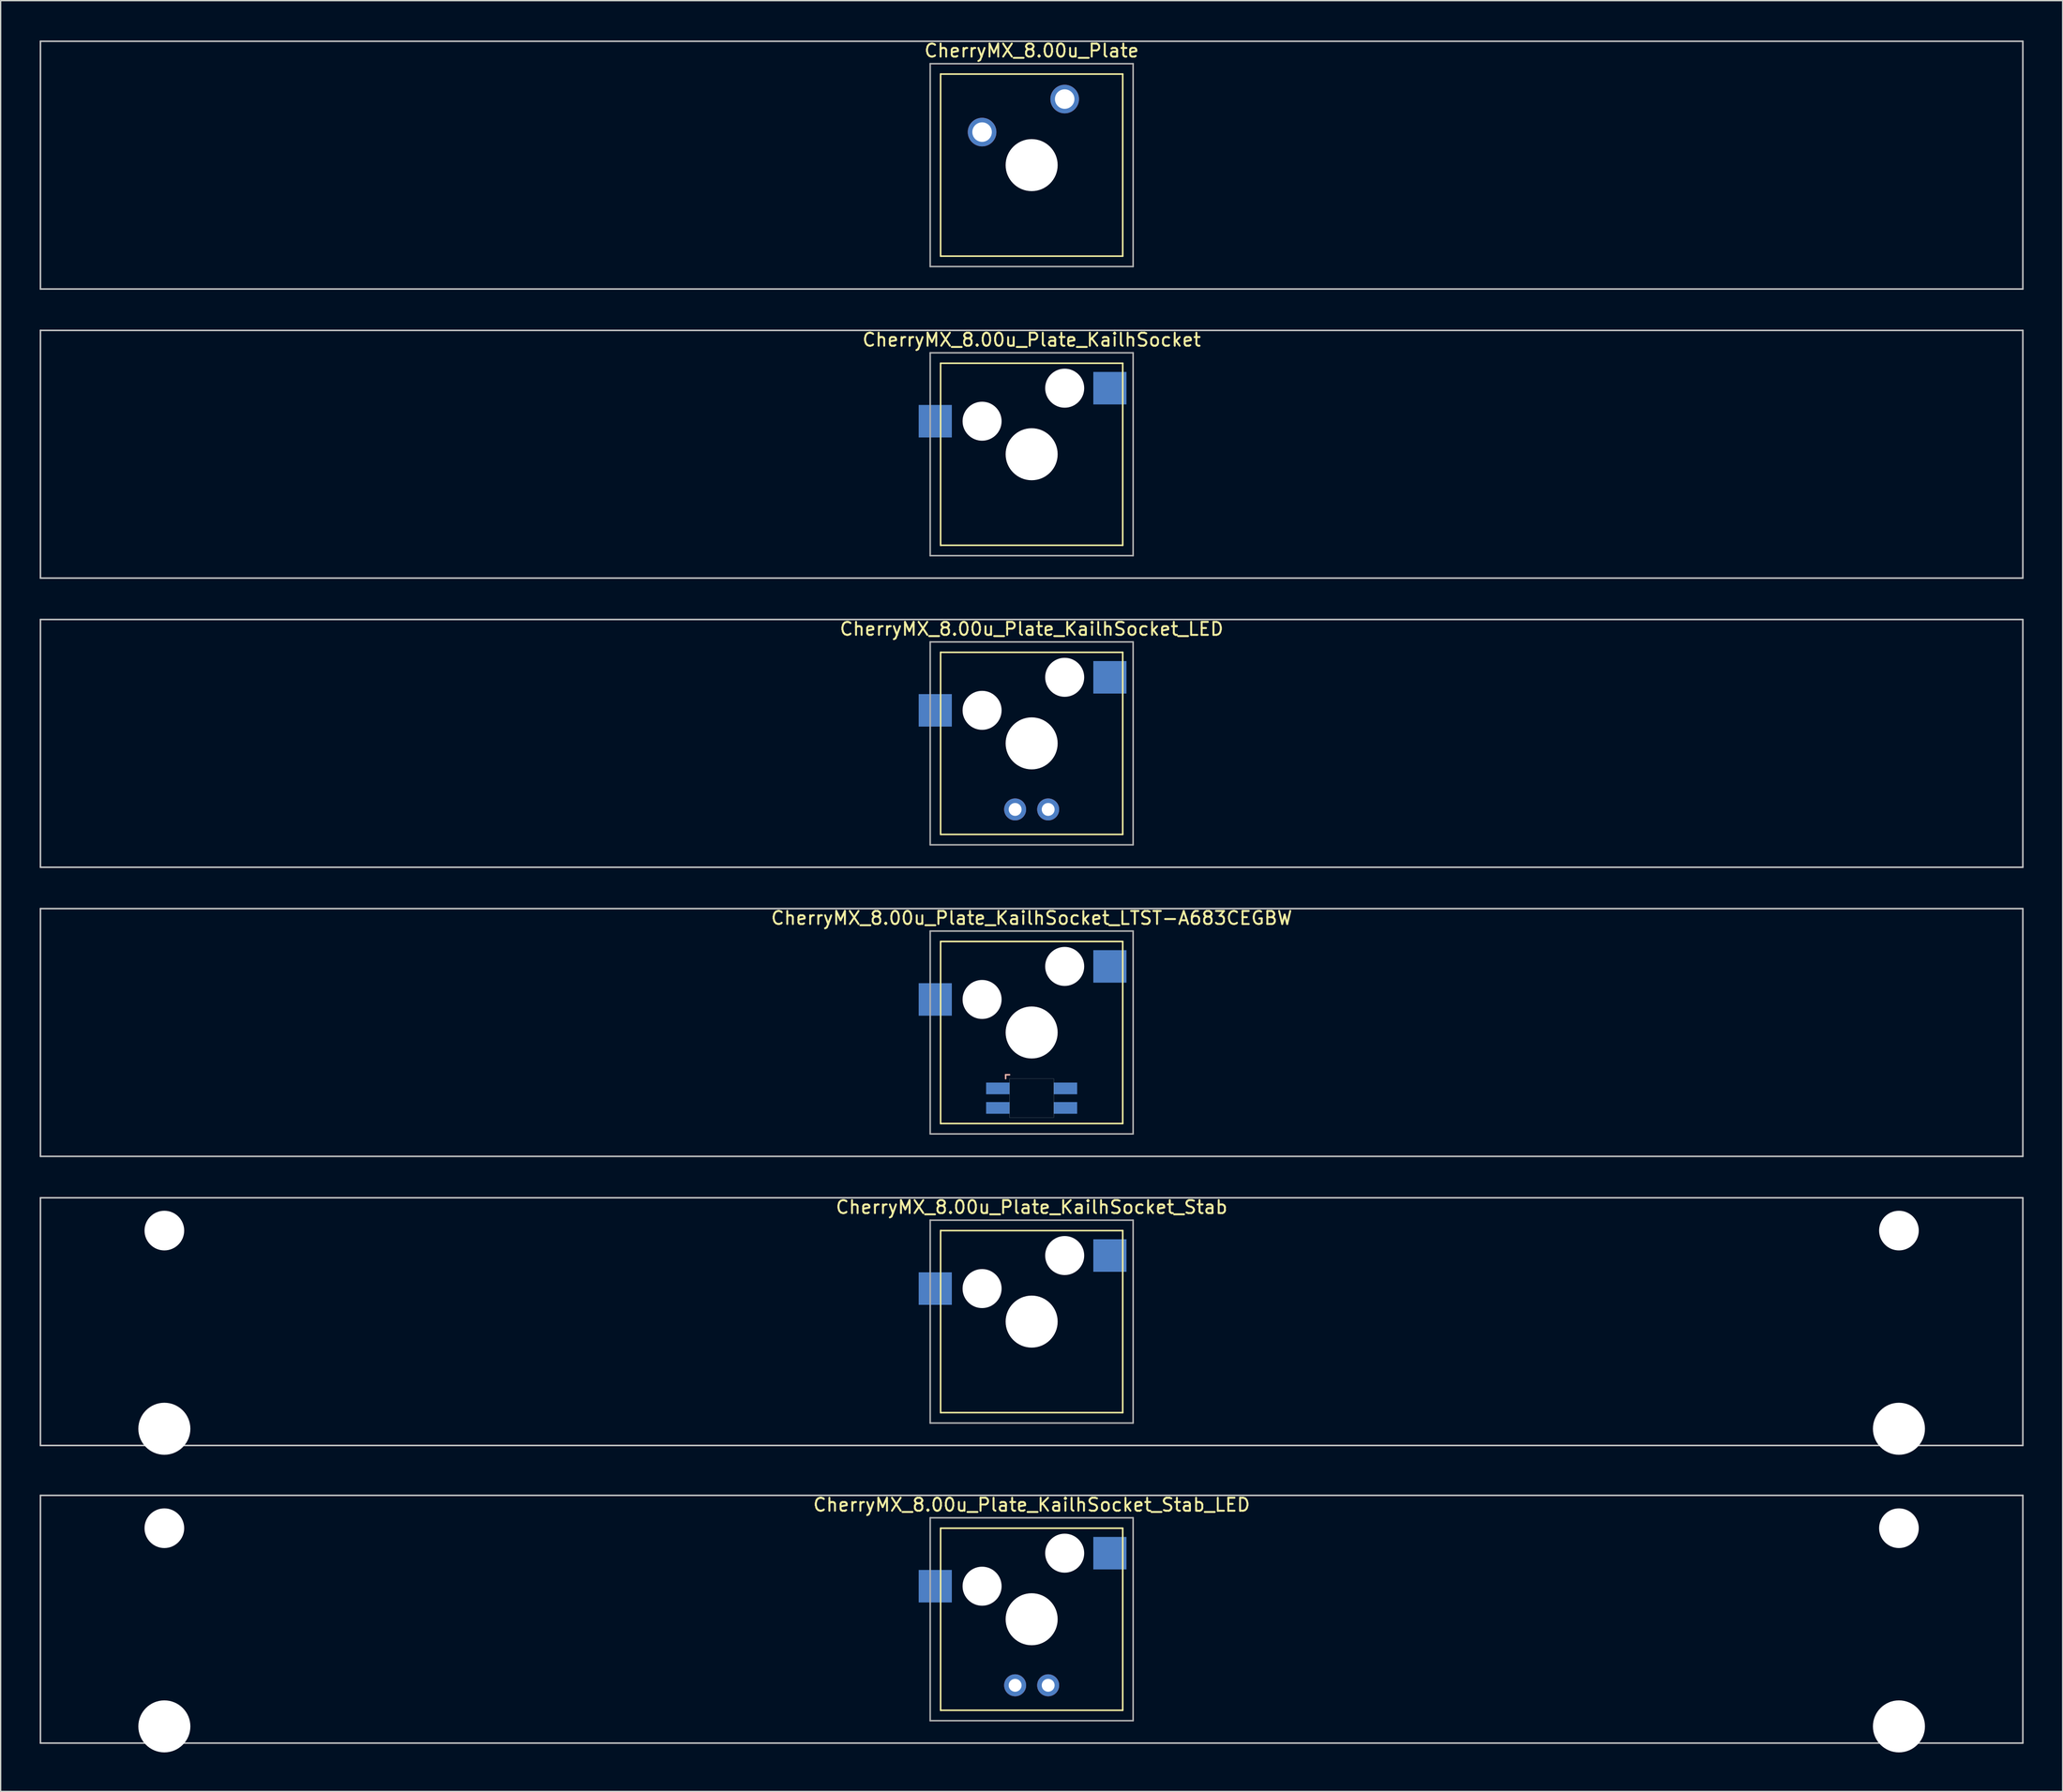
<source format=kicad_pcb>
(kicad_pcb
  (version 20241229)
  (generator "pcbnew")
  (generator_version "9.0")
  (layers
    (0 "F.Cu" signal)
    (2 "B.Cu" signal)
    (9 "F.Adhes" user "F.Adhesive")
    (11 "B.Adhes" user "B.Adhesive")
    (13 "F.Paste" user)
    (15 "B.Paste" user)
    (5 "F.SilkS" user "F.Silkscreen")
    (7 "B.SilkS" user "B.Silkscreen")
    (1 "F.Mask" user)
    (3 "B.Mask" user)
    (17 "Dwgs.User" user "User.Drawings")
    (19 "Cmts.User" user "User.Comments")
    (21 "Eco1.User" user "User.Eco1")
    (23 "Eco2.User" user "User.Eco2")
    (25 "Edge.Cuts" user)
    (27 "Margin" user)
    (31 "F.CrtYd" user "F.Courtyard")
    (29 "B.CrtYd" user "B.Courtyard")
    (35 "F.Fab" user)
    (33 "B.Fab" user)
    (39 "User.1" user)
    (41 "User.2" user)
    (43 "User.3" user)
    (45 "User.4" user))
  (footprint "CherryMX_8.00u_Plate_KailhSocket_Stab"
    (layer "F.Cu")
    (at 76.26 98.581)
    (property "Reference" "CherryMX_8.00u_Plate_KailhSocket_Stab" (at 0 -8.8 0) (layer "F.SilkS") (effects (font (size 1 1) (thickness 0.15))))
    (attr through_hole)
    (fp_line (start -7 -7) (end -7 7) (stroke (width 0.12) (type solid)) (layer "F.SilkS"))
    (fp_line (start -7 -7) (end 7 -7) (stroke (width 0.12) (type solid)) (layer "F.SilkS"))
    (fp_line (start 7 -7) (end 7 7) (stroke (width 0.12) (type solid)) (layer "F.SilkS"))
    (fp_line (start 7 7) (end -7 7) (stroke (width 0.12) (type solid)) (layer "F.SilkS"))
    (fp_line (start -76.2 -9.525) (end 76.2 -9.525) (stroke (width 0.12) (type solid)) (layer "Dwgs.User"))
    (fp_line (start -76.2 9.525) (end -76.2 -9.525) (stroke (width 0.12) (type solid)) (layer "Dwgs.User"))
    (fp_line (start 76.2 -9.525) (end 76.2 9.525) (stroke (width 0.12) (type solid)) (layer "Dwgs.User"))
    (fp_line (start 76.2 9.525) (end -76.2 9.525) (stroke (width 0.12) (type solid)) (layer "Dwgs.User"))
    (fp_line (start -7.8 -7.8) (end -7.8 7.8) (stroke (width 0.12) (type solid)) (layer "F.Fab"))
    (fp_line (start -7.8 -7.8) (end 7.8 -7.8) (stroke (width 0.12) (type solid)) (layer "F.Fab"))
    (fp_line (start -7.8 7.8) (end 7.8 7.8) (stroke (width 0.12) (type solid)) (layer "F.Fab"))
    (fp_line (start 7.8 -7.8) (end 7.8 7.8) (stroke (width 0.12) (type solid)) (layer "F.Fab"))
    (pad "" np_thru_hole circle (at -66.675 -7) (size 3.05 3.05) (drill 3.05) (layers "*.Cu" "*.Mask"))
    (pad "" np_thru_hole circle (at -66.675 8.24) (size 4 4) (drill 4) (layers "*.Cu" "*.Mask"))
    (pad "" np_thru_hole circle (at -3.81 -2.54) (size 3 3) (drill 3) (layers "*.Cu" "*.Mask"))
    (pad "" np_thru_hole circle (at 0 0) (size 4 4) (drill 4) (layers "*.Cu" "*.Mask"))
    (pad "" np_thru_hole circle (at 2.54 -5.08) (size 3 3) (drill 3) (layers "*.Cu" "*.Mask"))
    (pad "" np_thru_hole circle (at 66.675 -7) (size 3.05 3.05) (drill 3.05) (layers "*.Cu" "*.Mask"))
    (pad "" np_thru_hole circle (at 66.675 8.24) (size 4 4) (drill 4) (layers "*.Cu" "*.Mask"))
    (pad "1" smd rect (at -7.41 -2.54) (size 2.55 2.5) (layers "B.Cu" "B.Mask" "B.Paste"))
    (pad "2" smd rect (at 6.015 -5.08) (size 2.55 2.5) (layers "B.Cu" "B.Mask" "B.Paste")))
  (footprint "CherryMX_8.00u_Plate_KailhSocket"
    (layer "F.Cu")
    (at 76.26 31.881)
    (property "Reference" "CherryMX_8.00u_Plate_KailhSocket" (at 0 -8.8 0) (layer "F.SilkS") (effects (font (size 1 1) (thickness 0.15))))
    (attr through_hole)
    (fp_line (start -7 -7) (end -7 7) (stroke (width 0.12) (type solid)) (layer "F.SilkS"))
    (fp_line (start -7 -7) (end 7 -7) (stroke (width 0.12) (type solid)) (layer "F.SilkS"))
    (fp_line (start 7 -7) (end 7 7) (stroke (width 0.12) (type solid)) (layer "F.SilkS"))
    (fp_line (start 7 7) (end -7 7) (stroke (width 0.12) (type solid)) (layer "F.SilkS"))
    (fp_line (start -76.2 -9.525) (end 76.2 -9.525) (stroke (width 0.12) (type solid)) (layer "Dwgs.User"))
    (fp_line (start -76.2 9.525) (end -76.2 -9.525) (stroke (width 0.12) (type solid)) (layer "Dwgs.User"))
    (fp_line (start 76.2 -9.525) (end 76.2 9.525) (stroke (width 0.12) (type solid)) (layer "Dwgs.User"))
    (fp_line (start 76.2 9.525) (end -76.2 9.525) (stroke (width 0.12) (type solid)) (layer "Dwgs.User"))
    (fp_line (start -7.8 -7.8) (end -7.8 7.8) (stroke (width 0.12) (type solid)) (layer "F.Fab"))
    (fp_line (start -7.8 -7.8) (end 7.8 -7.8) (stroke (width 0.12) (type solid)) (layer "F.Fab"))
    (fp_line (start -7.8 7.8) (end 7.8 7.8) (stroke (width 0.12) (type solid)) (layer "F.Fab"))
    (fp_line (start 7.8 -7.8) (end 7.8 7.8) (stroke (width 0.12) (type solid)) (layer "F.Fab"))
    (pad "" np_thru_hole circle (at -3.81 -2.54) (size 3 3) (drill 3) (layers "*.Cu" "*.Mask"))
    (pad "" np_thru_hole circle (at 0 0) (size 4 4) (drill 4) (layers "*.Cu" "*.Mask"))
    (pad "" np_thru_hole circle (at 2.54 -5.08) (size 3 3) (drill 3) (layers "*.Cu" "*.Mask"))
    (pad "1" smd rect (at -7.41 -2.54) (size 2.55 2.5) (layers "B.Cu" "B.Mask" "B.Paste"))
    (pad "2" smd rect (at 6.015 -5.08) (size 2.55 2.5) (layers "B.Cu" "B.Mask" "B.Paste")))
  (footprint "CherryMX_8.00u_Plate_KailhSocket_Stab_LED"
    (layer "F.Cu")
    (at 76.26 121.469)
    (property "Reference" "CherryMX_8.00u_Plate_KailhSocket_Stab_LED" (at 0 -8.8 0) (layer "F.SilkS") (effects (font (size 1 1) (thickness 0.15))))
    (attr through_hole)
    (fp_line (start -7 -7) (end -7 7) (stroke (width 0.12) (type solid)) (layer "F.SilkS"))
    (fp_line (start -7 -7) (end 7 -7) (stroke (width 0.12) (type solid)) (layer "F.SilkS"))
    (fp_line (start 7 -7) (end 7 7) (stroke (width 0.12) (type solid)) (layer "F.SilkS"))
    (fp_line (start 7 7) (end -7 7) (stroke (width 0.12) (type solid)) (layer "F.SilkS"))
    (fp_line (start -76.2 -9.525) (end 76.2 -9.525) (stroke (width 0.12) (type solid)) (layer "Dwgs.User"))
    (fp_line (start -76.2 9.525) (end -76.2 -9.525) (stroke (width 0.12) (type solid)) (layer "Dwgs.User"))
    (fp_line (start 76.2 -9.525) (end 76.2 9.525) (stroke (width 0.12) (type solid)) (layer "Dwgs.User"))
    (fp_line (start 76.2 9.525) (end -76.2 9.525) (stroke (width 0.12) (type solid)) (layer "Dwgs.User"))
    (fp_line (start -7.8 -7.8) (end -7.8 7.8) (stroke (width 0.12) (type solid)) (layer "F.Fab"))
    (fp_line (start -7.8 -7.8) (end 7.8 -7.8) (stroke (width 0.12) (type solid)) (layer "F.Fab"))
    (fp_line (start -7.8 7.8) (end 7.8 7.8) (stroke (width 0.12) (type solid)) (layer "F.Fab"))
    (fp_line (start 7.8 -7.8) (end 7.8 7.8) (stroke (width 0.12) (type solid)) (layer "F.Fab"))
    (pad "" np_thru_hole circle (at -66.675 -7) (size 3.05 3.05) (drill 3.05) (layers "*.Cu" "*.Mask"))
    (pad "" np_thru_hole circle (at -66.675 8.24) (size 4 4) (drill 4) (layers "*.Cu" "*.Mask"))
    (pad "" np_thru_hole circle (at -3.81 -2.54) (size 3 3) (drill 3) (layers "*.Cu" "*.Mask"))
    (pad "" np_thru_hole circle (at 0 0) (size 4 4) (drill 4) (layers "*.Cu" "*.Mask"))
    (pad "" np_thru_hole circle (at 2.54 -5.08) (size 3 3) (drill 3) (layers "*.Cu" "*.Mask"))
    (pad "" np_thru_hole circle (at 66.675 -7) (size 3.05 3.05) (drill 3.05) (layers "*.Cu" "*.Mask"))
    (pad "" np_thru_hole circle (at 66.675 8.24) (size 4 4) (drill 4) (layers "*.Cu" "*.Mask"))
    (pad "1" smd rect (at -7.41 -2.54) (size 2.55 2.5) (layers "B.Cu" "B.Mask" "B.Paste"))
    (pad "2" smd rect (at 6.015 -5.08) (size 2.55 2.5) (layers "B.Cu" "B.Mask" "B.Paste"))
    (pad "3" thru_hole circle (at -1.27 5.08) (size 1.691 1.691) (drill 0.991) (layers "*.Cu" "*.Mask"))
    (pad "4" thru_hole circle (at 1.27 5.08) (size 1.691 1.691) (drill 0.991) (layers "*.Cu" "*.Mask")))
  (footprint "CherryMX_8.00u_Plate_KailhSocket_LED"
    (layer "F.Cu")
    (at 76.26 54.115)
    (property "Reference" "CherryMX_8.00u_Plate_KailhSocket_LED" (at 0 -8.8 0) (layer "F.SilkS") (effects (font (size 1 1) (thickness 0.15))))
    (attr through_hole)
    (fp_line (start -7 -7) (end -7 7) (stroke (width 0.12) (type solid)) (layer "F.SilkS"))
    (fp_line (start -7 -7) (end 7 -7) (stroke (width 0.12) (type solid)) (layer "F.SilkS"))
    (fp_line (start 7 -7) (end 7 7) (stroke (width 0.12) (type solid)) (layer "F.SilkS"))
    (fp_line (start 7 7) (end -7 7) (stroke (width 0.12) (type solid)) (layer "F.SilkS"))
    (fp_line (start -76.2 -9.525) (end 76.2 -9.525) (stroke (width 0.12) (type solid)) (layer "Dwgs.User"))
    (fp_line (start -76.2 9.525) (end -76.2 -9.525) (stroke (width 0.12) (type solid)) (layer "Dwgs.User"))
    (fp_line (start 76.2 -9.525) (end 76.2 9.525) (stroke (width 0.12) (type solid)) (layer "Dwgs.User"))
    (fp_line (start 76.2 9.525) (end -76.2 9.525) (stroke (width 0.12) (type solid)) (layer "Dwgs.User"))
    (fp_line (start -7.8 -7.8) (end -7.8 7.8) (stroke (width 0.12) (type solid)) (layer "F.Fab"))
    (fp_line (start -7.8 -7.8) (end 7.8 -7.8) (stroke (width 0.12) (type solid)) (layer "F.Fab"))
    (fp_line (start -7.8 7.8) (end 7.8 7.8) (stroke (width 0.12) (type solid)) (layer "F.Fab"))
    (fp_line (start 7.8 -7.8) (end 7.8 7.8) (stroke (width 0.12) (type solid)) (layer "F.Fab"))
    (pad "" np_thru_hole circle (at -3.81 -2.54) (size 3 3) (drill 3) (layers "*.Cu" "*.Mask"))
    (pad "" np_thru_hole circle (at 0 0) (size 4 4) (drill 4) (layers "*.Cu" "*.Mask"))
    (pad "" np_thru_hole circle (at 2.54 -5.08) (size 3 3) (drill 3) (layers "*.Cu" "*.Mask"))
    (pad "1" smd rect (at -7.41 -2.54) (size 2.55 2.5) (layers "B.Cu" "B.Mask" "B.Paste"))
    (pad "2" smd rect (at 6.015 -5.08) (size 2.55 2.5) (layers "B.Cu" "B.Mask" "B.Paste"))
    (pad "3" thru_hole circle (at -1.27 5.08) (size 1.691 1.691) (drill 0.991) (layers "*.Cu" "*.Mask"))
    (pad "4" thru_hole circle (at 1.27 5.08) (size 1.691 1.691) (drill 0.991) (layers "*.Cu" "*.Mask")))
  (footprint "CherryMX_8.00u_Plate"
    (layer "F.Cu")
    (at 76.26 9.648)
    (property "Reference" "CherryMX_8.00u_Plate" (at 0 -8.8 0) (layer "F.SilkS") (effects (font (size 1 1) (thickness 0.15))))
    (attr through_hole)
    (fp_line (start -7 -7) (end -7 7) (stroke (width 0.12) (type solid)) (layer "F.SilkS"))
    (fp_line (start -7 -7) (end 7 -7) (stroke (width 0.12) (type solid)) (layer "F.SilkS"))
    (fp_line (start 7 -7) (end 7 7) (stroke (width 0.12) (type solid)) (layer "F.SilkS"))
    (fp_line (start 7 7) (end -7 7) (stroke (width 0.12) (type solid)) (layer "F.SilkS"))
    (fp_line (start -76.2 -9.525) (end 76.2 -9.525) (stroke (width 0.12) (type solid)) (layer "Dwgs.User"))
    (fp_line (start -76.2 9.525) (end -76.2 -9.525) (stroke (width 0.12) (type solid)) (layer "Dwgs.User"))
    (fp_line (start 76.2 -9.525) (end 76.2 9.525) (stroke (width 0.12) (type solid)) (layer "Dwgs.User"))
    (fp_line (start 76.2 9.525) (end -76.2 9.525) (stroke (width 0.12) (type solid)) (layer "Dwgs.User"))
    (fp_line (start -7.8 -7.8) (end -7.8 7.8) (stroke (width 0.12) (type solid)) (layer "F.Fab"))
    (fp_line (start -7.8 -7.8) (end 7.8 -7.8) (stroke (width 0.12) (type solid)) (layer "F.Fab"))
    (fp_line (start -7.8 7.8) (end 7.8 7.8) (stroke (width 0.12) (type solid)) (layer "F.Fab"))
    (fp_line (start 7.8 -7.8) (end 7.8 7.8) (stroke (width 0.12) (type solid)) (layer "F.Fab"))
    (pad "" np_thru_hole circle (at 0 0) (size 4 4) (drill 4) (layers "*.Cu" "*.Mask"))
    (pad "1" thru_hole circle (at -3.81 -2.54) (size 2.2 2.2) (drill 1.5) (layers "*.Cu" "*.Mask"))
    (pad "2" thru_hole circle (at 2.54 -5.08) (size 2.2 2.2) (drill 1.5) (layers "*.Cu" "*.Mask")))
  (footprint "CherryMX_8.00u_Plate_KailhSocket_LTST-A683CEGBW"
    (layer "F.Cu")
    (at 76.26 76.348)
    (property "Reference" "CherryMX_8.00u_Plate_KailhSocket_LTST-A683CEGBW" (at 0 -8.8 0) (layer "F.SilkS") (effects (font (size 1 1) (thickness 0.15))))
    (attr through_hole)
    (fp_line (start -7 -7) (end -7 7) (stroke (width 0.12) (type solid)) (layer "F.SilkS"))
    (fp_line (start -7 -7) (end 7 -7) (stroke (width 0.12) (type solid)) (layer "F.SilkS"))
    (fp_line (start 7 -7) (end 7 7) (stroke (width 0.12) (type solid)) (layer "F.SilkS"))
    (fp_line (start 7 7) (end -7 7) (stroke (width 0.12) (type solid)) (layer "F.SilkS"))
    (fp_line (start -2 3.25) (end -2 3.55) (stroke (width 0.12) (type solid)) (layer "B.SilkS"))
    (fp_line (start -1.7 3.25) (end -2 3.25) (stroke (width 0.12) (type solid)) (layer "B.SilkS"))
    (fp_line (start -76.2 -9.525) (end 76.2 -9.525) (stroke (width 0.12) (type solid)) (layer "Dwgs.User"))
    (fp_line (start -76.2 9.525) (end -76.2 -9.525) (stroke (width 0.12) (type solid)) (layer "Dwgs.User"))
    (fp_line (start 76.2 -9.525) (end 76.2 9.525) (stroke (width 0.12) (type solid)) (layer "Dwgs.User"))
    (fp_line (start 76.2 9.525) (end -76.2 9.525) (stroke (width 0.12) (type solid)) (layer "Dwgs.User"))
    (fp_poly (pts (xy 1.7 6.55) (xy -1.7 6.55) (xy -1.7 3.55) (xy 1.7 3.55)) (stroke (width 0.01) (type solid)) (fill no) (layer "Edge.Cuts"))
    (fp_line (start -7.8 -7.8) (end -7.8 7.8) (stroke (width 0.12) (type solid)) (layer "F.Fab"))
    (fp_line (start -7.8 -7.8) (end 7.8 -7.8) (stroke (width 0.12) (type solid)) (layer "F.Fab"))
    (fp_line (start -7.8 7.8) (end 7.8 7.8) (stroke (width 0.12) (type solid)) (layer "F.Fab"))
    (fp_line (start 7.8 -7.8) (end 7.8 7.8) (stroke (width 0.12) (type solid)) (layer "F.Fab"))
    (pad "" np_thru_hole circle (at -3.81 -2.54) (size 3 3) (drill 3) (layers "*.Cu" "*.Mask"))
    (pad "" np_thru_hole circle (at 0 0) (size 4 4) (drill 4) (layers "*.Cu" "*.Mask"))
    (pad "" np_thru_hole circle (at 2.54 -5.08) (size 3 3) (drill 3) (layers "*.Cu" "*.Mask"))
    (pad "1" smd rect (at -7.41 -2.54) (size 2.55 2.5) (layers "B.Cu" "B.Mask" "B.Paste"))
    (pad "2" smd rect (at 6.015 -5.08) (size 2.55 2.5) (layers "B.Cu" "B.Mask" "B.Paste"))
    (pad "3" smd rect (at -2.6 4.3) (size 1.8 0.9) (layers "B.Cu" "B.Mask" "B.Paste"))
    (pad "4" smd rect (at -2.6 5.8) (size 1.8 0.9) (layers "B.Cu" "B.Mask" "B.Paste"))
    (pad "5" smd rect (at 2.6 4.3) (size 1.8 0.9) (layers "B.Cu" "B.Mask" "B.Paste"))
    (pad "6" smd rect (at 2.6 5.8) (size 1.8 0.9) (layers "B.Cu" "B.Mask" "B.Paste")))
  (gr_rect
    (start -3 -3)
    (end 155.52 134.709)
    (stroke (width 0.1) (type default))
    (fill no)
    (layer "Edge.Cuts")))
</source>
